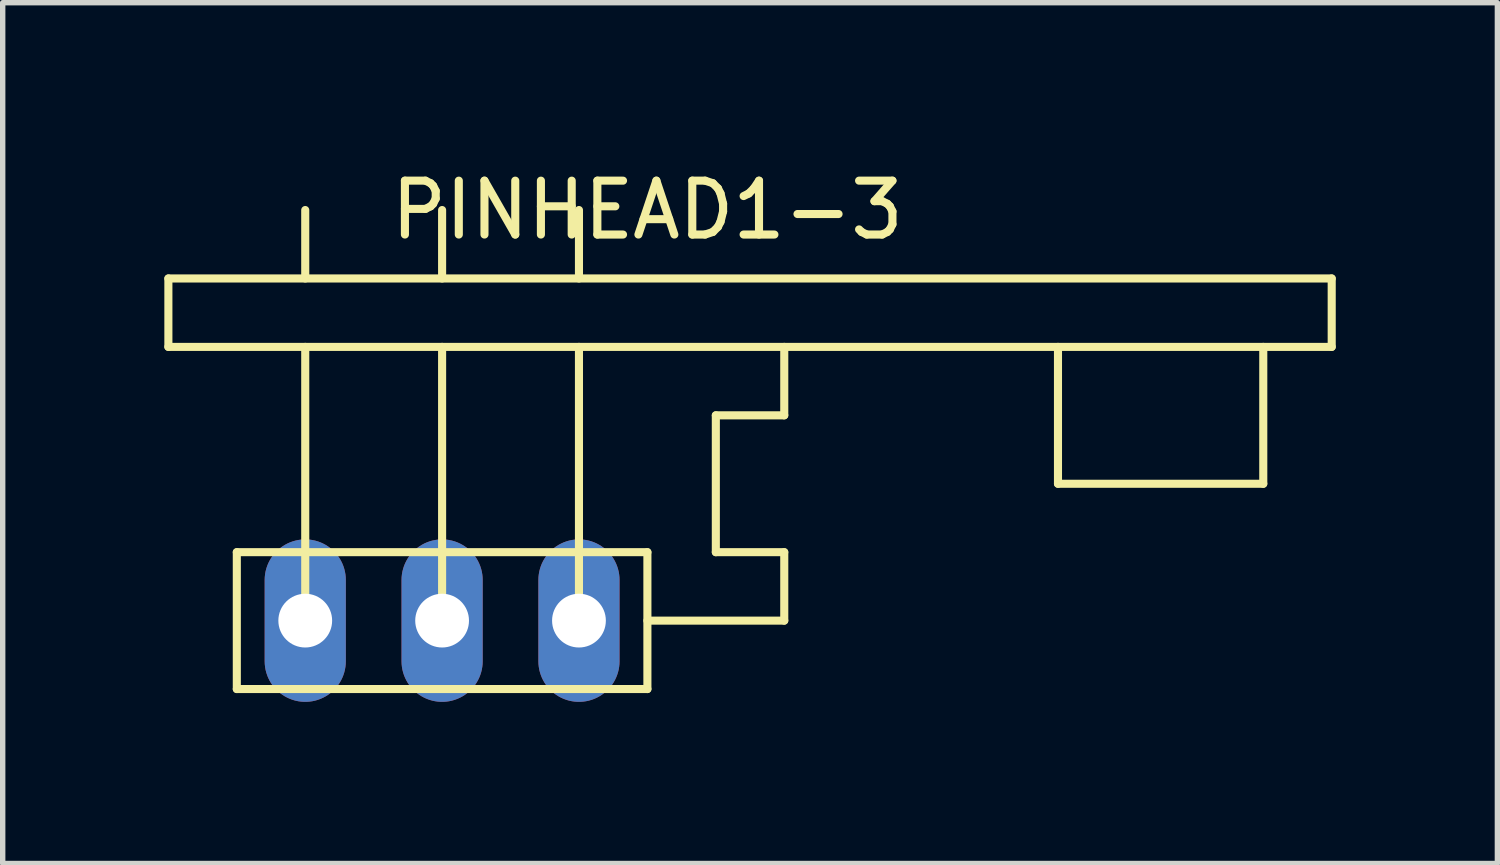
<source format=kicad_pcb>
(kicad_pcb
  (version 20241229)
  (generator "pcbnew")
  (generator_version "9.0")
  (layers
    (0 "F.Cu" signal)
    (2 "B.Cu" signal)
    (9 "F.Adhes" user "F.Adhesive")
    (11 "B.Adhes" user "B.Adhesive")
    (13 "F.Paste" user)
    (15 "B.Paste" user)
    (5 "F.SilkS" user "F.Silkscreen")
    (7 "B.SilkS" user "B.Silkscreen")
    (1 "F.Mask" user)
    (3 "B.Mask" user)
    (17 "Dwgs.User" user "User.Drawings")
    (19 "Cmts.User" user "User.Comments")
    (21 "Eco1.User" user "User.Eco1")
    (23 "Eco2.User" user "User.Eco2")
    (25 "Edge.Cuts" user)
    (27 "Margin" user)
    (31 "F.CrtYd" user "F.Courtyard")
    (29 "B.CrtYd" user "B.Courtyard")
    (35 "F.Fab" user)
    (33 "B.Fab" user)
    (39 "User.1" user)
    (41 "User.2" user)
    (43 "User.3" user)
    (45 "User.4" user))
  (footprint "PINHEAD1-3"
    (layer "F.Cu")
    (at 5.155 8.468)
    (property "Reference" "PINHEAD1-3" (at 3.81 -7.62 0) (layer "F.SilkS") (effects (font (size 1 1) (thickness 0.15))))
    (attr exclude_from_pos_files exclude_from_bom)
    (fp_line (start -5.08 -6.35) (end 16.51 -6.35) (stroke (width 0.15) (type solid)) (layer "F.SilkS"))
    (fp_line (start -5.08 -5.08) (end -5.08 -6.35) (stroke (width 0.15) (type solid)) (layer "F.SilkS"))
    (fp_line (start -5.08 -5.08) (end 16.51 -5.08) (stroke (width 0.15) (type solid)) (layer "F.SilkS"))
    (fp_line (start -3.81 -1.27) (end -3.81 1.27) (stroke (width 0.15) (type solid)) (layer "F.SilkS"))
    (fp_line (start -3.81 1.27) (end 3.81 1.27) (stroke (width 0.15) (type solid)) (layer "F.SilkS"))
    (fp_line (start -2.54 -6.35) (end -2.54 -7.62) (stroke (width 0.15) (type solid)) (layer "F.SilkS"))
    (fp_line (start -2.54 0) (end -2.54 -5.08) (stroke (width 0.15) (type solid)) (layer "F.SilkS"))
    (fp_line (start 0 -6.35) (end 0 -7.62) (stroke (width 0.15) (type solid)) (layer "F.SilkS"))
    (fp_line (start 0 0) (end 0 -5.08) (stroke (width 0.15) (type solid)) (layer "F.SilkS"))
    (fp_line (start 2.54 -6.35) (end 2.54 -7.62) (stroke (width 0.15) (type solid)) (layer "F.SilkS"))
    (fp_line (start 2.54 0) (end 2.54 -5.08) (stroke (width 0.15) (type solid)) (layer "F.SilkS"))
    (fp_line (start 3.81 -1.27) (end -3.81 -1.27) (stroke (width 0.15) (type solid)) (layer "F.SilkS"))
    (fp_line (start 3.81 1.27) (end 3.81 -1.27) (stroke (width 0.15) (type solid)) (layer "F.SilkS"))
    (fp_line (start 5.08 -3.81) (end 6.35 -3.81) (stroke (width 0.15) (type solid)) (layer "F.SilkS"))
    (fp_line (start 5.08 -1.27) (end 5.08 -3.81) (stroke (width 0.15) (type solid)) (layer "F.SilkS"))
    (fp_line (start 6.35 -3.81) (end 6.35 -5.08) (stroke (width 0.15) (type solid)) (layer "F.SilkS"))
    (fp_line (start 6.35 -1.27) (end 5.08 -1.27) (stroke (width 0.15) (type solid)) (layer "F.SilkS"))
    (fp_line (start 6.35 0) (end 3.81 0) (stroke (width 0.15) (type solid)) (layer "F.SilkS"))
    (fp_line (start 6.35 0) (end 6.35 -1.27) (stroke (width 0.15) (type solid)) (layer "F.SilkS"))
    (fp_line (start 11.43 -2.54) (end 11.43 -5.08) (stroke (width 0.15) (type solid)) (layer "F.SilkS"))
    (fp_line (start 15.24 -5.08) (end 15.24 -2.54) (stroke (width 0.15) (type solid)) (layer "F.SilkS"))
    (fp_line (start 15.24 -2.54) (end 11.43 -2.54) (stroke (width 0.15) (type solid)) (layer "F.SilkS"))
    (fp_line (start 16.51 -6.35) (end 16.51 -5.08) (stroke (width 0.15) (type solid)) (layer "F.SilkS"))
    (pad "GND" thru_hole oval (at 0 0) (size 1.506 3.015) (drill 0.998) (layers "*.Cu" "*.Mask"))
    (pad "VI" thru_hole oval (at 2.54 0) (size 1.506 3.015) (drill 0.998) (layers "*.Cu" "*.Mask"))
    (pad "VO" thru_hole oval (at -2.54 0) (size 1.506 3.015) (drill 0.998) (layers "*.Cu" "*.Mask")))
  (gr_rect
    (start -3 -3)
    (end 24.74 12.976)
    (stroke (width 0.1) (type default))
    (fill no)
    (layer "Edge.Cuts")))
</source>
